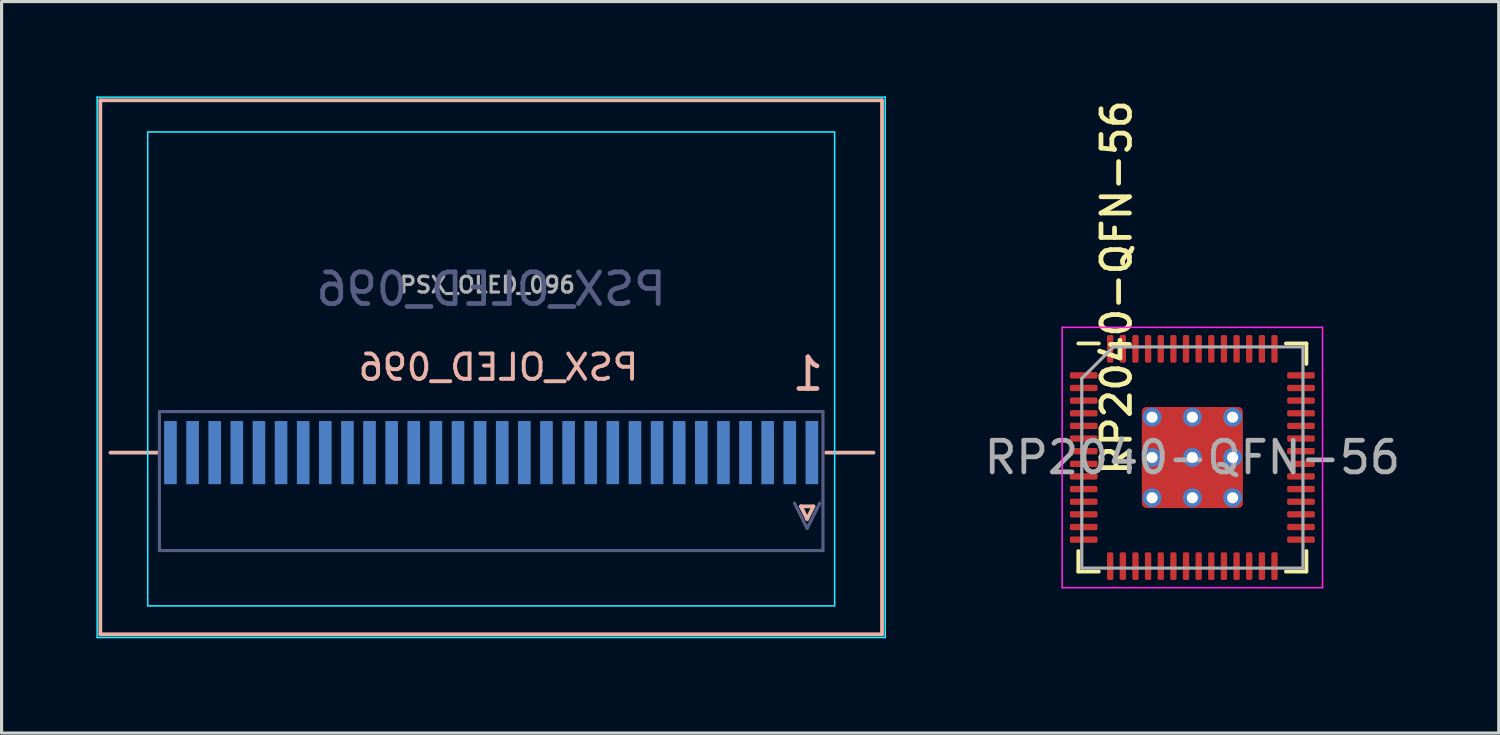
<source format=kicad_pcb>
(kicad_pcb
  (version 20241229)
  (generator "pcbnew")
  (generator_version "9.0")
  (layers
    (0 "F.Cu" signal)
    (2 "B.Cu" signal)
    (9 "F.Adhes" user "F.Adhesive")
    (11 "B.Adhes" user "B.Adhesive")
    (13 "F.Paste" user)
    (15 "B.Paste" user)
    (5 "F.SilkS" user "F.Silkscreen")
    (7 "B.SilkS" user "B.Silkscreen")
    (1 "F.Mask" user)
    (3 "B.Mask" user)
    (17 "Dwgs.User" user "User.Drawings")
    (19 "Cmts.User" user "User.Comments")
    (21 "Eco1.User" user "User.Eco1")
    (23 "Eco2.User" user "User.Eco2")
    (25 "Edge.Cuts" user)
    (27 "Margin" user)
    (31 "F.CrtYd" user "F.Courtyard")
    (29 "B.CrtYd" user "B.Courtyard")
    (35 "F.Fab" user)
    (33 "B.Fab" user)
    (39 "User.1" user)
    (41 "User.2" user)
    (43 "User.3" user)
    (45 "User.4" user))
  (footprint "RP2040-QFN-56"
    (layer "F.Cu")
    (at 34.686 11.429)
    (property "Reference" "RP2040-QFN-56" (at -2.4 -5.38 270) (layer "F.SilkS") (effects (font (size 0.9 0.9) (thickness 0.15))))
    (attr smd)
    (fp_line (start -3.61 3.61) (end -3.61 2.96) (stroke (width 0.12) (type solid)) (layer "F.SilkS"))
    (fp_line (start -2.96 -3.61) (end -3.61 -3.61) (stroke (width 0.12) (type solid)) (layer "F.SilkS"))
    (fp_line (start -2.96 3.61) (end -3.61 3.61) (stroke (width 0.12) (type solid)) (layer "F.SilkS"))
    (fp_line (start 2.96 -3.61) (end 3.61 -3.61) (stroke (width 0.12) (type solid)) (layer "F.SilkS"))
    (fp_line (start 2.96 3.61) (end 3.61 3.61) (stroke (width 0.12) (type solid)) (layer "F.SilkS"))
    (fp_line (start 3.61 -3.61) (end 3.61 -2.96) (stroke (width 0.12) (type solid)) (layer "F.SilkS"))
    (fp_line (start 3.61 3.61) (end 3.61 2.96) (stroke (width 0.12) (type solid)) (layer "F.SilkS"))
    (fp_line (start -4.12 -4.12) (end -4.12 4.12) (stroke (width 0.05) (type solid)) (layer "F.CrtYd"))
    (fp_line (start -4.12 4.12) (end 4.12 4.12) (stroke (width 0.05) (type solid)) (layer "F.CrtYd"))
    (fp_line (start 4.12 -4.12) (end -4.12 -4.12) (stroke (width 0.05) (type solid)) (layer "F.CrtYd"))
    (fp_line (start 4.12 4.12) (end 4.12 -4.12) (stroke (width 0.05) (type solid)) (layer "F.CrtYd"))
    (fp_line (start -3.5 -2.5) (end -2.5 -3.5) (stroke (width 0.1) (type solid)) (layer "F.Fab"))
    (fp_line (start -3.5 3.5) (end -3.5 -2.5) (stroke (width 0.1) (type solid)) (layer "F.Fab"))
    (fp_line (start -2.5 -3.5) (end 3.5 -3.5) (stroke (width 0.1) (type solid)) (layer "F.Fab"))
    (fp_line (start 3.5 -3.5) (end 3.5 3.5) (stroke (width 0.1) (type solid)) (layer "F.Fab"))
    (fp_line (start 3.5 3.5) (end -3.5 3.5) (stroke (width 0.1) (type solid)) (layer "F.Fab"))
    (fp_text user "${REFERENCE}" (at 0 0 0) (layer "F.Fab") (effects (font (size 1 1) (thickness 0.15))))
    (pad "" smd roundrect (at -0.637 -0.637 180) (size 1.084 1.084) (layers "F.Paste") (roundrect_rratio 0.231))
    (pad "" smd roundrect (at -0.637 0.637 180) (size 1.084 1.084) (layers "F.Paste") (roundrect_rratio 0.231))
    (pad "" smd roundrect (at 0.637 -0.637 180) (size 1.084 1.084) (layers "F.Paste") (roundrect_rratio 0.231))
    (pad "" smd roundrect (at 0.637 0.637 180) (size 1.084 1.084) (layers "F.Paste") (roundrect_rratio 0.231))
    (pad "1" smd roundrect (at -3.438 -2.6 180) (size 0.875 0.2) (layers "F.Cu" "F.Mask" "F.Paste") (roundrect_rratio 0.25))
    (pad "2" smd roundrect (at -3.438 -2.2 180) (size 0.875 0.2) (layers "F.Cu" "F.Mask" "F.Paste") (roundrect_rratio 0.25))
    (pad "3" smd roundrect (at -3.438 -1.8 180) (size 0.875 0.2) (layers "F.Cu" "F.Mask" "F.Paste") (roundrect_rratio 0.25))
    (pad "4" smd roundrect (at -3.438 -1.4 180) (size 0.875 0.2) (layers "F.Cu" "F.Mask" "F.Paste") (roundrect_rratio 0.25))
    (pad "5" smd roundrect (at -3.438 -1 180) (size 0.875 0.2) (layers "F.Cu" "F.Mask" "F.Paste") (roundrect_rratio 0.25))
    (pad "6" smd roundrect (at -3.438 -0.6 180) (size 0.875 0.2) (layers "F.Cu" "F.Mask" "F.Paste") (roundrect_rratio 0.25))
    (pad "7" smd roundrect (at -3.438 -0.2 180) (size 0.875 0.2) (layers "F.Cu" "F.Mask" "F.Paste") (roundrect_rratio 0.25))
    (pad "8" smd roundrect (at -3.438 0.2 180) (size 0.875 0.2) (layers "F.Cu" "F.Mask" "F.Paste") (roundrect_rratio 0.25))
    (pad "9" smd roundrect (at -3.438 0.6 180) (size 0.875 0.2) (layers "F.Cu" "F.Mask" "F.Paste") (roundrect_rratio 0.25))
    (pad "10" smd roundrect (at -3.438 1 180) (size 0.875 0.2) (layers "F.Cu" "F.Mask" "F.Paste") (roundrect_rratio 0.25))
    (pad "11" smd roundrect (at -3.438 1.4 180) (size 0.875 0.2) (layers "F.Cu" "F.Mask" "F.Paste") (roundrect_rratio 0.25))
    (pad "12" smd roundrect (at -3.438 1.8 180) (size 0.875 0.2) (layers "F.Cu" "F.Mask" "F.Paste") (roundrect_rratio 0.25))
    (pad "13" smd roundrect (at -3.438 2.2 180) (size 0.875 0.2) (layers "F.Cu" "F.Mask" "F.Paste") (roundrect_rratio 0.25))
    (pad "14" smd roundrect (at -3.438 2.6 180) (size 0.875 0.2) (layers "F.Cu" "F.Mask" "F.Paste") (roundrect_rratio 0.25))
    (pad "15" smd roundrect (at -2.6 3.438 180) (size 0.2 0.875) (layers "F.Cu" "F.Mask" "F.Paste") (roundrect_rratio 0.25))
    (pad "16" smd roundrect (at -2.2 3.438 180) (size 0.2 0.875) (layers "F.Cu" "F.Mask" "F.Paste") (roundrect_rratio 0.25))
    (pad "17" smd roundrect (at -1.8 3.438 180) (size 0.2 0.875) (layers "F.Cu" "F.Mask" "F.Paste") (roundrect_rratio 0.25))
    (pad "18" smd roundrect (at -1.4 3.438 180) (size 0.2 0.875) (layers "F.Cu" "F.Mask" "F.Paste") (roundrect_rratio 0.25))
    (pad "19" smd roundrect (at -1 3.438 180) (size 0.2 0.875) (layers "F.Cu" "F.Mask" "F.Paste") (roundrect_rratio 0.25))
    (pad "20" smd roundrect (at -0.6 3.438 180) (size 0.2 0.875) (layers "F.Cu" "F.Mask" "F.Paste") (roundrect_rratio 0.25))
    (pad "21" smd roundrect (at -0.2 3.438 180) (size 0.2 0.875) (layers "F.Cu" "F.Mask" "F.Paste") (roundrect_rratio 0.25))
    (pad "22" smd roundrect (at 0.2 3.438 180) (size 0.2 0.875) (layers "F.Cu" "F.Mask" "F.Paste") (roundrect_rratio 0.25))
    (pad "23" smd roundrect (at 0.6 3.438 180) (size 0.2 0.875) (layers "F.Cu" "F.Mask" "F.Paste") (roundrect_rratio 0.25))
    (pad "24" smd roundrect (at 1 3.438 180) (size 0.2 0.875) (layers "F.Cu" "F.Mask" "F.Paste") (roundrect_rratio 0.25))
    (pad "25" smd roundrect (at 1.4 3.438 180) (size 0.2 0.875) (layers "F.Cu" "F.Mask" "F.Paste") (roundrect_rratio 0.25))
    (pad "26" smd roundrect (at 1.8 3.438 180) (size 0.2 0.875) (layers "F.Cu" "F.Mask" "F.Paste") (roundrect_rratio 0.25))
    (pad "27" smd roundrect (at 2.2 3.438 180) (size 0.2 0.875) (layers "F.Cu" "F.Mask" "F.Paste") (roundrect_rratio 0.25))
    (pad "28" smd roundrect (at 2.6 3.438 180) (size 0.2 0.875) (layers "F.Cu" "F.Mask" "F.Paste") (roundrect_rratio 0.25))
    (pad "29" smd roundrect (at 3.438 2.6 180) (size 0.875 0.2) (layers "F.Cu" "F.Mask" "F.Paste") (roundrect_rratio 0.25))
    (pad "30" smd roundrect (at 3.438 2.2 180) (size 0.875 0.2) (layers "F.Cu" "F.Mask" "F.Paste") (roundrect_rratio 0.25))
    (pad "31" smd roundrect (at 3.438 1.8 180) (size 0.875 0.2) (layers "F.Cu" "F.Mask" "F.Paste") (roundrect_rratio 0.25))
    (pad "32" smd roundrect (at 3.438 1.4 180) (size 0.875 0.2) (layers "F.Cu" "F.Mask" "F.Paste") (roundrect_rratio 0.25))
    (pad "33" smd roundrect (at 3.438 1 180) (size 0.875 0.2) (layers "F.Cu" "F.Mask" "F.Paste") (roundrect_rratio 0.25))
    (pad "34" smd roundrect (at 3.438 0.6 180) (size 0.875 0.2) (layers "F.Cu" "F.Mask" "F.Paste") (roundrect_rratio 0.25))
    (pad "35" smd roundrect (at 3.438 0.2 180) (size 0.875 0.2) (layers "F.Cu" "F.Mask" "F.Paste") (roundrect_rratio 0.25))
    (pad "36" smd roundrect (at 3.438 -0.2 180) (size 0.875 0.2) (layers "F.Cu" "F.Mask" "F.Paste") (roundrect_rratio 0.25))
    (pad "37" smd roundrect (at 3.438 -0.6 180) (size 0.875 0.2) (layers "F.Cu" "F.Mask" "F.Paste") (roundrect_rratio 0.25))
    (pad "38" smd roundrect (at 3.438 -1 180) (size 0.875 0.2) (layers "F.Cu" "F.Mask" "F.Paste") (roundrect_rratio 0.25))
    (pad "39" smd roundrect (at 3.438 -1.4 180) (size 0.875 0.2) (layers "F.Cu" "F.Mask" "F.Paste") (roundrect_rratio 0.25))
    (pad "40" smd roundrect (at 3.438 -1.8 180) (size 0.875 0.2) (layers "F.Cu" "F.Mask" "F.Paste") (roundrect_rratio 0.25))
    (pad "41" smd roundrect (at 3.438 -2.2 180) (size 0.875 0.2) (layers "F.Cu" "F.Mask" "F.Paste") (roundrect_rratio 0.25))
    (pad "42" smd roundrect (at 3.438 -2.6 180) (size 0.875 0.2) (layers "F.Cu" "F.Mask" "F.Paste") (roundrect_rratio 0.25))
    (pad "43" smd roundrect (at 2.6 -3.438 180) (size 0.2 0.875) (layers "F.Cu" "F.Mask" "F.Paste") (roundrect_rratio 0.25))
    (pad "44" smd roundrect (at 2.2 -3.438 180) (size 0.2 0.875) (layers "F.Cu" "F.Mask" "F.Paste") (roundrect_rratio 0.25))
    (pad "45" smd roundrect (at 1.8 -3.438 180) (size 0.2 0.875) (layers "F.Cu" "F.Mask" "F.Paste") (roundrect_rratio 0.25))
    (pad "46" smd roundrect (at 1.4 -3.438 180) (size 0.2 0.875) (layers "F.Cu" "F.Mask" "F.Paste") (roundrect_rratio 0.25))
    (pad "47" smd roundrect (at 1 -3.438 180) (size 0.2 0.875) (layers "F.Cu" "F.Mask" "F.Paste") (roundrect_rratio 0.25))
    (pad "48" smd roundrect (at 0.6 -3.438 180) (size 0.2 0.875) (layers "F.Cu" "F.Mask" "F.Paste") (roundrect_rratio 0.25))
    (pad "49" smd roundrect (at 0.2 -3.438 180) (size 0.2 0.875) (layers "F.Cu" "F.Mask" "F.Paste") (roundrect_rratio 0.25))
    (pad "50" smd roundrect (at -0.2 -3.438 180) (size 0.2 0.875) (layers "F.Cu" "F.Mask" "F.Paste") (roundrect_rratio 0.25))
    (pad "51" smd roundrect (at -0.6 -3.438 180) (size 0.2 0.875) (layers "F.Cu" "F.Mask" "F.Paste") (roundrect_rratio 0.25))
    (pad "52" smd roundrect (at -1 -3.438 180) (size 0.2 0.875) (layers "F.Cu" "F.Mask" "F.Paste") (roundrect_rratio 0.25))
    (pad "53" smd roundrect (at -1.4 -3.438 180) (size 0.2 0.875) (layers "F.Cu" "F.Mask" "F.Paste") (roundrect_rratio 0.25))
    (pad "54" smd roundrect (at -1.8 -3.438 180) (size 0.2 0.875) (layers "F.Cu" "F.Mask" "F.Paste") (roundrect_rratio 0.25))
    (pad "55" smd roundrect (at -2.2 -3.438 180) (size 0.2 0.875) (layers "F.Cu" "F.Mask" "F.Paste") (roundrect_rratio 0.25))
    (pad "56" smd roundrect (at -2.6 -3.438 180) (size 0.2 0.875) (layers "F.Cu" "F.Mask" "F.Paste") (roundrect_rratio 0.25))
    (pad "57" thru_hole circle (at -1.275 -1.275 180) (size 0.6 0.6) (drill 0.35) (layers "*.Cu"))
    (pad "57" thru_hole circle (at -1.275 0 180) (size 0.6 0.6) (drill 0.35) (layers "*.Cu"))
    (pad "57" thru_hole circle (at -1.275 1.275 180) (size 0.6 0.6) (drill 0.35) (layers "*.Cu"))
    (pad "57" thru_hole circle (at 0 -1.275 180) (size 0.6 0.6) (drill 0.35) (layers "*.Cu"))
    (pad "57" thru_hole circle (at 0 0 180) (size 0.6 0.6) (drill 0.35) (layers "*.Cu"))
    (pad "57" smd roundrect (at 0 0 180) (size 3.2 3.2) (layers "F.Cu" "F.Mask") (roundrect_rratio 0.045))
    (pad "57" thru_hole circle (at 0 1.275 180) (size 0.6 0.6) (drill 0.35) (layers "*.Cu"))
    (pad "57" thru_hole circle (at 1.275 -1.275 180) (size 0.6 0.6) (drill 0.35) (layers "*.Cu"))
    (pad "57" thru_hole circle (at 1.275 0 180) (size 0.6 0.6) (drill 0.35) (layers "*.Cu"))
    (pad "57" thru_hole circle (at 1.275 1.275 180) (size 0.6 0.6) (drill 0.35) (layers "*.Cu")))
  (footprint "PSX_OLED_096"
    (layer "F.Cu")
    (at 12.495 5.475)
    (property "Reference" "PSX_OLED_096" (at 0.23 3.1 0) (unlocked yes) (layer "B.SilkS") (effects (font (size 0.8 0.8) (thickness 0.125)) (justify mirror)))
    (attr smd)
    (fp_line (start -12.37 -5.35) (end -12.37 11.55) (stroke (width 0.12) (type solid)) (layer "B.SilkS"))
    (fp_line (start -12.37 -5.35) (end 12.37 -5.35) (stroke (width 0.12) (type solid)) (layer "B.SilkS"))
    (fp_line (start -12.37 11.55) (end 12.37 11.55) (stroke (width 0.12) (type solid)) (layer "B.SilkS"))
    (fp_line (start -12.05 5.8) (end -10.55 5.8) (stroke (width 0.12) (type default)) (layer "B.SilkS"))
    (fp_line (start 9.8 7.5) (end 10.2 7.5) (stroke (width 0.12) (type solid)) (layer "B.SilkS"))
    (fp_line (start 10 7.9) (end 9.8 7.5) (stroke (width 0.12) (type solid)) (layer "B.SilkS"))
    (fp_line (start 10.2 7.5) (end 10 7.9) (stroke (width 0.12) (type solid)) (layer "B.SilkS"))
    (fp_line (start 10.6 5.8) (end 12.1 5.8) (stroke (width 0.12) (type default)) (layer "B.SilkS"))
    (fp_line (start 12.37 -5.35) (end 12.37 11.55) (stroke (width 0.12) (type solid)) (layer "B.SilkS"))
    (fp_line (start -12.47 -5.45) (end 12.47 -5.45) (stroke (width 0.05) (type solid)) (layer "B.CrtYd"))
    (fp_line (start -12.47 11.65) (end -12.47 -5.45) (stroke (width 0.05) (type solid)) (layer "B.CrtYd"))
    (fp_line (start 12.47 -5.45) (end 12.47 11.65) (stroke (width 0.05) (type solid)) (layer "B.CrtYd"))
    (fp_line (start 12.47 11.65) (end -12.47 11.65) (stroke (width 0.05) (type solid)) (layer "B.CrtYd"))
    (fp_rect (start -10.87 -4.35) (end 10.87 10.65) (stroke (width 0.05) (type default)) (fill no) (layer "B.CrtYd"))
    (fp_line (start -10.5 4.5) (end -10.5 7.3) (stroke (width 0.1) (type solid)) (layer "B.Fab"))
    (fp_line (start -10.5 7.3) (end -10.5 8.9) (stroke (width 0.1) (type solid)) (layer "B.Fab"))
    (fp_line (start -10.5 8.9) (end 10.5 8.9) (stroke (width 0.1) (type solid)) (layer "B.Fab"))
    (fp_line (start 8.66 4.5) (end -10.46 4.5) (stroke (width 0.1) (type solid)) (layer "B.Fab"))
    (fp_line (start 10 8.2) (end 9.6 7.4) (stroke (width 0.1) (type solid)) (layer "B.Fab"))
    (fp_line (start 10.4 7.4) (end 10 8.2) (stroke (width 0.1) (type solid)) (layer "B.Fab"))
    (fp_line (start 10.5 4.5) (end 8.645 4.5) (stroke (width 0.1) (type solid)) (layer "B.Fab"))
    (fp_line (start 10.5 7.3) (end 10.5 4.5) (stroke (width 0.1) (type solid)) (layer "B.Fab"))
    (fp_line (start 10.5 8.9) (end 10.5 7.3) (stroke (width 0.1) (type solid)) (layer "B.Fab"))
    (fp_text user "1" (at 10.6 3.9 0) (unlocked yes) (layer "B.SilkS") (effects (font (size 1 1) (thickness 0.15)) (justify left bottom mirror)))
    (fp_text user "${REFERENCE}" (at 0 0.625 180) (layer "B.Fab") (effects (font (size 1 1) (thickness 0.15)) (justify mirror)))
    (fp_text user "${REFERENCE}" (at -0.12 0.49 0) (unlocked yes) (layer "F.Fab") (effects (font (size 0.5 0.5) (thickness 0.1) (bold yes))))
    (pad "1" smd rect (at 10.15 5.8 180) (size 0.4 2) (layers "B.Cu" "B.Mask" "B.Paste"))
    (pad "2" smd rect (at 9.45 5.8 180) (size 0.4 2) (layers "B.Cu" "B.Mask" "B.Paste"))
    (pad "3" smd rect (at 8.75 5.8 180) (size 0.4 2) (layers "B.Cu" "B.Mask" "B.Paste"))
    (pad "4" smd rect (at 8.05 5.8 180) (size 0.4 2) (layers "B.Cu" "B.Mask" "B.Paste"))
    (pad "5" smd rect (at 7.35 5.8 180) (size 0.4 2) (layers "B.Cu" "B.Mask" "B.Paste"))
    (pad "6" smd rect (at 6.65 5.8 180) (size 0.4 2) (layers "B.Cu" "B.Mask" "B.Paste"))
    (pad "7" smd rect (at 5.95 5.8 180) (size 0.4 2) (layers "B.Cu" "B.Mask" "B.Paste"))
    (pad "8" smd rect (at 5.25 5.8 180) (size 0.4 2) (layers "B.Cu" "B.Mask" "B.Paste"))
    (pad "9" smd rect (at 4.55 5.8 180) (size 0.4 2) (layers "B.Cu" "B.Mask" "B.Paste"))
    (pad "10" smd rect (at 3.85 5.8 180) (size 0.4 2) (layers "B.Cu" "B.Mask" "B.Paste"))
    (pad "11" smd rect (at 3.15 5.8 180) (size 0.4 2) (layers "B.Cu" "B.Mask" "B.Paste"))
    (pad "12" smd rect (at 2.45 5.8 180) (size 0.4 2) (layers "B.Cu" "B.Mask" "B.Paste"))
    (pad "13" smd rect (at 1.75 5.8 180) (size 0.4 2) (layers "B.Cu" "B.Mask" "B.Paste"))
    (pad "14" smd rect (at 1.05 5.8 180) (size 0.4 2) (layers "B.Cu" "B.Mask" "B.Paste"))
    (pad "15" smd rect (at 0.35 5.8 180) (size 0.4 2) (layers "B.Cu" "B.Mask" "B.Paste"))
    (pad "16" smd rect (at -0.35 5.8 180) (size 0.4 2) (layers "B.Cu" "B.Mask" "B.Paste"))
    (pad "17" smd rect (at -1.05 5.8 180) (size 0.4 2) (layers "B.Cu" "B.Mask" "B.Paste"))
    (pad "18" smd rect (at -1.75 5.8 180) (size 0.4 2) (layers "B.Cu" "B.Mask" "B.Paste"))
    (pad "19" smd rect (at -2.45 5.8 180) (size 0.4 2) (layers "B.Cu" "B.Mask" "B.Paste"))
    (pad "20" smd rect (at -3.15 5.8 180) (size 0.4 2) (layers "B.Cu" "B.Mask" "B.Paste"))
    (pad "21" smd rect (at -3.85 5.8 180) (size 0.4 2) (layers "B.Cu" "B.Mask" "B.Paste"))
    (pad "22" smd rect (at -4.55 5.8 180) (size 0.4 2) (layers "B.Cu" "B.Mask" "B.Paste"))
    (pad "23" smd rect (at -5.25 5.8 180) (size 0.4 2) (layers "B.Cu" "B.Mask" "B.Paste"))
    (pad "24" smd rect (at -5.95 5.8 180) (size 0.4 2) (layers "B.Cu" "B.Mask" "B.Paste"))
    (pad "25" smd rect (at -6.65 5.8 180) (size 0.4 2) (layers "B.Cu" "B.Mask" "B.Paste"))
    (pad "26" smd rect (at -7.35 5.8 180) (size 0.4 2) (layers "B.Cu" "B.Mask" "B.Paste"))
    (pad "27" smd rect (at -8.05 5.8 180) (size 0.4 2) (layers "B.Cu" "B.Mask" "B.Paste"))
    (pad "28" smd rect (at -8.75 5.8 180) (size 0.4 2) (layers "B.Cu" "B.Mask" "B.Paste"))
    (pad "29" smd rect (at -9.45 5.8 180) (size 0.4 2) (layers "B.Cu" "B.Mask" "B.Paste"))
    (pad "30" smd rect (at -10.15 5.8 180) (size 0.4 2) (layers "B.Cu" "B.Mask" "B.Paste")))
  (gr_rect
    (start -3 -3)
    (end 44.383 20.15)
    (stroke (width 0.1) (type default))
    (fill no)
    (layer "Edge.Cuts")))
</source>
